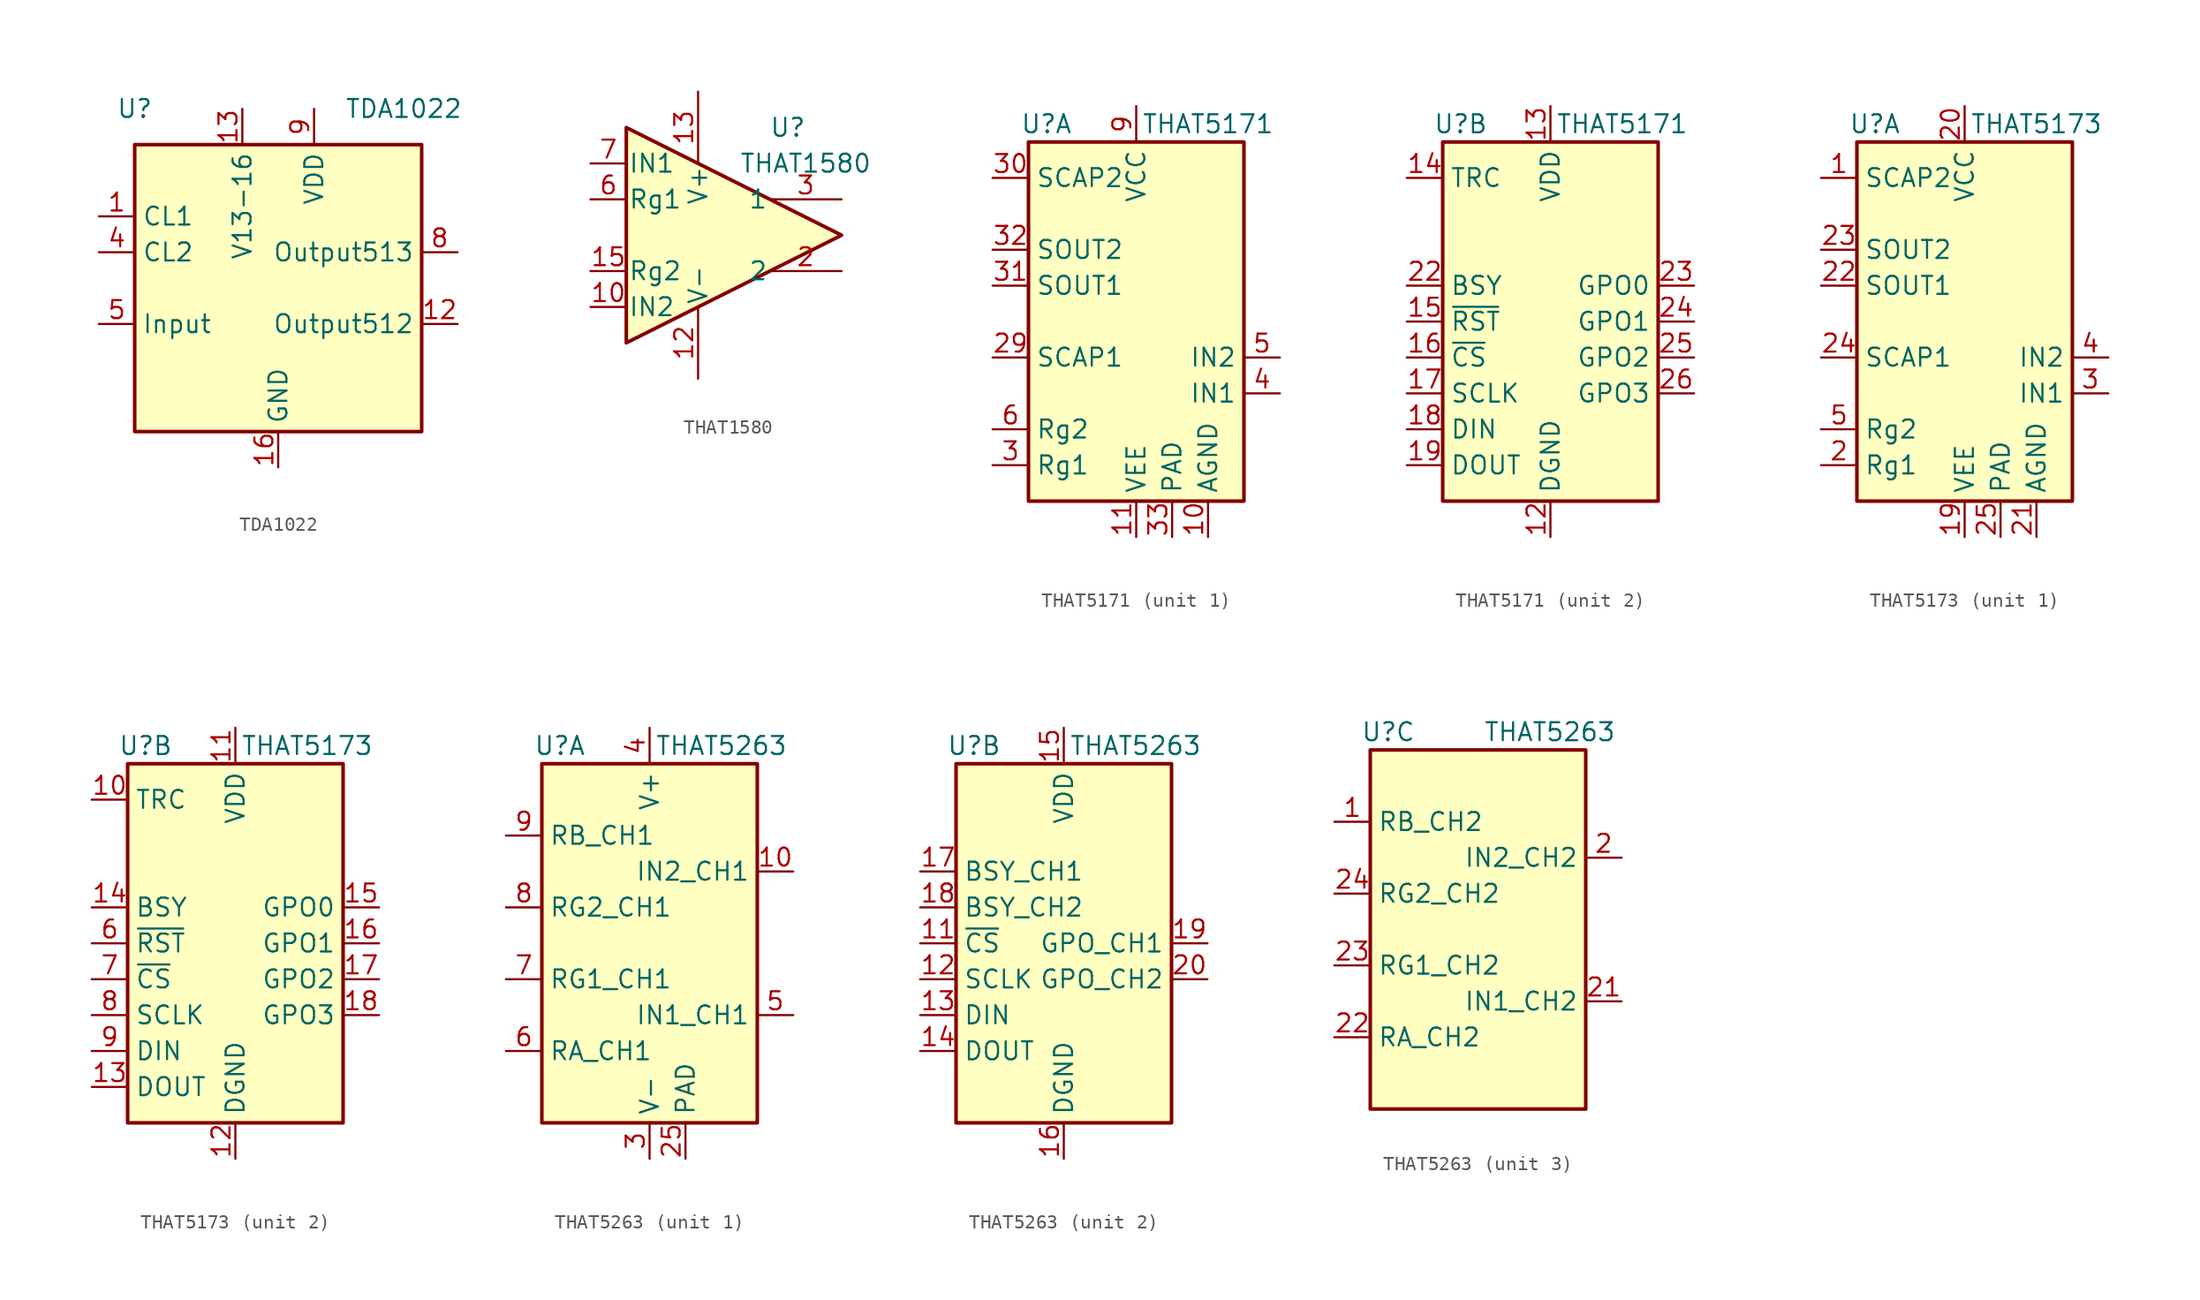
<source format=kicad_sym>
(kicad_symbol_lib
  (version 20241209)
  (generator "kicad_symbol_editor")
  (generator_version "9.0")
  (symbol "TDA1022"
    (property "Reference" "U"
      (at -10.16 12.7 0)
      (effects (font (size 1.27 1.27))))
    (property "Value" "TDA1022"
      (at 8.89 12.7 0)
      (effects (font (size 1.27 1.27))))
    (symbol "TDA1022_0_1"
      (rectangle (start -10.16 10.16) (end 10.16 -10.16) (stroke (width 0.254) (type default)) (fill (type background))))
    (symbol "TDA1022_1_1"
      (pin input line (at -12.7 5.08 0) (length 2.54) (name "CL1" (effects (font (size 1.27 1.27)))) (number "1" (effects (font (size 1.27 1.27)))))
      (pin input line (at -12.7 2.54 0) (length 2.54) (name "CL2" (effects (font (size 1.27 1.27)))) (number "4" (effects (font (size 1.27 1.27)))))
      (pin input line (at -12.7 -2.54 0) (length 2.54) (name "Input" (effects (font (size 1.27 1.27)))) (number "5" (effects (font (size 1.27 1.27)))))
      (pin no_connect line (at -10.16 -5.08 0) (length 2.54) (hide yes) (name "NC" (effects (font (size 1.27 1.27)))) (number "2" (effects (font (size 1.27 1.27)))))
      (pin no_connect line (at -10.16 -7.62 0) (length 2.54) (hide yes) (name "NC" (effects (font (size 1.27 1.27)))) (number "3" (effects (font (size 1.27 1.27)))))
      (pin no_connect line (at -5.08 -10.16 90) (length 2.54) (hide yes) (name "NC" (effects (font (size 1.27 1.27)))) (number "6" (effects (font (size 1.27 1.27)))))
      (pin power_in line (at -2.54 12.7 270) (length 2.54) (name "V13-16" (effects (font (size 1.27 1.27)))) (number "13" (effects (font (size 1.27 1.27)))))
      (pin no_connect line (at -2.54 -10.16 90) (length 2.54) (hide yes) (name "NC" (effects (font (size 1.27 1.27)))) (number "7" (effects (font (size 1.27 1.27)))))
      (pin power_in line (at 0 -12.7 90) (length 2.54) (name "GND" (effects (font (size 1.27 1.27)))) (number "16" (effects (font (size 1.27 1.27)))))
      (pin power_in line (at 2.54 12.7 270) (length 2.54) (name "VDD" (effects (font (size 1.27 1.27)))) (number "9" (effects (font (size 1.27 1.27)))))
      (pin no_connect line (at 2.54 -10.16 90) (length 2.54) (hide yes) (name "NC" (effects (font (size 1.27 1.27)))) (number "10" (effects (font (size 1.27 1.27)))))
      (pin no_connect line (at 5.08 -10.16 90) (length 2.54) (hide yes) (name "NC" (effects (font (size 1.27 1.27)))) (number "11" (effects (font (size 1.27 1.27)))))
      (pin no_connect line (at 10.16 -5.08 180) (length 2.54) (hide yes) (name "NC" (effects (font (size 1.27 1.27)))) (number "14" (effects (font (size 1.27 1.27)))))
      (pin no_connect line (at 10.16 -7.62 180) (length 2.54) (hide yes) (name "NC" (effects (font (size 1.27 1.27)))) (number "15" (effects (font (size 1.27 1.27)))))
      (pin output line (at 12.7 2.54 180) (length 2.54) (name "Output513" (effects (font (size 1.27 1.27)))) (number "8" (effects (font (size 1.27 1.27)))))
      (pin output line (at 12.7 -2.54 180) (length 2.54) (name "Output512" (effects (font (size 1.27 1.27)))) (number "12" (effects (font (size 1.27 1.27)))))))
  (symbol "THAT1580"
    (pin_names
      (offset 0.127))
    (property "Reference" "U"
      (at 3.81 7.62 0)
      (effects (font (size 1.27 1.27))))
    (property "Value" "THAT1580"
      (at 5.08 5.08 0)
      (effects (font (size 1.27 1.27))))
    (symbol "THAT1580_0_1"
      (polyline (pts (xy -7.62 7.62) (xy -7.62 -7.62) (xy 7.62 0) (xy -7.62 7.62)) (stroke (width 0.254) (type default)) (fill (type background))))
    (symbol "THAT1580_1_1"
      (pin input line (at -10.16 5.08 0) (length 2.54) (name "IN1" (effects (font (size 1.27 1.27)))) (number "7" (effects (font (size 1.27 1.27)))))
      (pin passive line (at -10.16 2.54 0) (length 2.54) (name "Rg1" (effects (font (size 1.27 1.27)))) (number "6" (effects (font (size 1.27 1.27)))))
      (pin passive line (at -10.16 -2.54 0) (length 2.54) (name "Rg2" (effects (font (size 1.27 1.27)))) (number "15" (effects (font (size 1.27 1.27)))))
      (pin input line (at -10.16 -5.08 0) (length 2.54) (name "IN2" (effects (font (size 1.27 1.27)))) (number "10" (effects (font (size 1.27 1.27)))))
      (pin power_in line (at -2.54 10.16 270) (length 5.08) (name "V+" (effects (font (size 1.27 1.27)))) (number "13" (effects (font (size 1.27 1.27)))))
      (pin power_in line (at -2.54 -10.16 90) (length 5.08) (name "V-" (effects (font (size 1.27 1.27)))) (number "12" (effects (font (size 1.27 1.27)))))
      (pin passive line (at -2.54 -10.16 90) (length 5.08) (hide yes) (name "V-" (effects (font (size 1.27 1.27)))) (number "17" (effects (font (size 1.27 1.27)))))
      (pin output line (at 7.62 2.54 180) (length 5.08) (name "1" (effects (font (size 1.27 1.27)))) (number "3" (effects (font (size 1.27 1.27)))))
      (pin output line (at 7.62 -2.54 180) (length 5.08) (name "2" (effects (font (size 1.27 1.27)))) (number "2" (effects (font (size 1.27 1.27)))))))
  (symbol "THAT5171"
    (property "Reference" "U"
      (at -6.35 13.97 0)
      (effects (font (size 1.27 1.27))))
    (property "Value" "THAT5171"
      (at 5.08 13.97 0)
      (effects (font (size 1.27 1.27))))
    (property "ki_locked" ""
      (at 0 0 0)
      (effects (font (size 1.27 1.27))))
    (symbol "THAT5171_0_1"
      (rectangle (start -7.62 12.7) (end 7.62 -12.7) (stroke (width 0.254) (type default)) (fill (type background))))
    (symbol "THAT5171_1_1"
      (pin passive line (at -10.16 10.16 0) (length 2.54) (name "SCAP2" (effects (font (size 1.27 1.27)))) (number "30" (effects (font (size 1.27 1.27)))))
      (pin output line (at -10.16 5.08 0) (length 2.54) (name "SOUT2" (effects (font (size 1.27 1.27)))) (number "32" (effects (font (size 1.27 1.27)))))
      (pin output line (at -10.16 2.54 0) (length 2.54) (name "SOUT1" (effects (font (size 1.27 1.27)))) (number "31" (effects (font (size 1.27 1.27)))))
      (pin passive line (at -10.16 -2.54 0) (length 2.54) (name "SCAP1" (effects (font (size 1.27 1.27)))) (number "29" (effects (font (size 1.27 1.27)))))
      (pin passive line (at -10.16 -7.62 0) (length 2.54) (name "Rg2" (effects (font (size 1.27 1.27)))) (number "6" (effects (font (size 1.27 1.27)))))
      (pin passive line (at -10.16 -10.16 0) (length 2.54) (name "Rg1" (effects (font (size 1.27 1.27)))) (number "3" (effects (font (size 1.27 1.27)))))
      (pin power_in line (at 0 15.24 270) (length 2.54) (name "VCC" (effects (font (size 1.27 1.27)))) (number "9" (effects (font (size 1.27 1.27)))))
      (pin power_in line (at 0 -15.24 90) (length 2.54) (name "VEE" (effects (font (size 1.27 1.27)))) (number "11" (effects (font (size 1.27 1.27)))))
      (pin passive line (at 2.54 -15.24 90) (length 2.54) (name "PAD" (effects (font (size 1.27 1.27)))) (number "33" (effects (font (size 1.27 1.27)))))
      (pin power_in line (at 5.08 -15.24 90) (length 2.54) (name "AGND" (effects (font (size 1.27 1.27)))) (number "10" (effects (font (size 1.27 1.27)))))
      (pin passive line (at 5.08 -15.24 90) (length 2.54) (hide yes) (name "AGND" (effects (font (size 1.27 1.27)))) (number "28" (effects (font (size 1.27 1.27)))))
      (pin no_connect line (at 7.62 10.16 180) (length 2.54) (hide yes) (name "NC" (effects (font (size 1.27 1.27)))) (number "1" (effects (font (size 1.27 1.27)))))
      (pin no_connect line (at 7.62 7.62 180) (length 2.54) (hide yes) (name "NC" (effects (font (size 1.27 1.27)))) (number "2" (effects (font (size 1.27 1.27)))))
      (pin no_connect line (at 7.62 5.08 180) (length 2.54) (hide yes) (name "NC" (effects (font (size 1.27 1.27)))) (number "7" (effects (font (size 1.27 1.27)))))
      (pin no_connect line (at 7.62 2.54 180) (length 2.54) (hide yes) (name "NC" (effects (font (size 1.27 1.27)))) (number "8" (effects (font (size 1.27 1.27)))))
      (pin no_connect line (at 7.62 0 180) (length 2.54) (hide yes) (name "NC" (effects (font (size 1.27 1.27)))) (number "27" (effects (font (size 1.27 1.27)))))
      (pin input line (at 10.16 -2.54 180) (length 2.54) (name "IN2" (effects (font (size 1.27 1.27)))) (number "5" (effects (font (size 1.27 1.27)))))
      (pin input line (at 10.16 -5.08 180) (length 2.54) (name "IN1" (effects (font (size 1.27 1.27)))) (number "4" (effects (font (size 1.27 1.27))))))
    (symbol "THAT5171_2_1"
      (pin passive line (at -10.16 10.16 0) (length 2.54) (name "TRC" (effects (font (size 1.27 1.27)))) (number "14" (effects (font (size 1.27 1.27)))))
      (pin output line (at -10.16 2.54 0) (length 2.54) (name "BSY" (effects (font (size 1.27 1.27)))) (number "22" (effects (font (size 1.27 1.27)))))
      (pin input line (at -10.16 0 0) (length 2.54) (name "~{RST}" (effects (font (size 1.27 1.27)))) (number "15" (effects (font (size 1.27 1.27)))))
      (pin input line (at -10.16 -2.54 0) (length 2.54) (name "~{CS}" (effects (font (size 1.27 1.27)))) (number "16" (effects (font (size 1.27 1.27)))))
      (pin input line (at -10.16 -5.08 0) (length 2.54) (name "SCLK" (effects (font (size 1.27 1.27)))) (number "17" (effects (font (size 1.27 1.27)))))
      (pin input line (at -10.16 -7.62 0) (length 2.54) (name "DIN" (effects (font (size 1.27 1.27)))) (number "18" (effects (font (size 1.27 1.27)))))
      (pin tri_state line (at -10.16 -10.16 0) (length 2.54) (name "DOUT" (effects (font (size 1.27 1.27)))) (number "19" (effects (font (size 1.27 1.27)))))
      (pin power_in line (at 0 15.24 270) (length 2.54) (name "VDD" (effects (font (size 1.27 1.27)))) (number "13" (effects (font (size 1.27 1.27)))))
      (pin passive line (at 0 15.24 270) (length 2.54) (hide yes) (name "VDD" (effects (font (size 1.27 1.27)))) (number "21" (effects (font (size 1.27 1.27)))))
      (pin power_in line (at 0 -15.24 90) (length 2.54) (name "DGND" (effects (font (size 1.27 1.27)))) (number "12" (effects (font (size 1.27 1.27)))))
      (pin passive line (at 0 -15.24 90) (length 2.54) (hide yes) (name "DGND" (effects (font (size 1.27 1.27)))) (number "20" (effects (font (size 1.27 1.27)))))
      (pin bidirectional line (at 10.16 2.54 180) (length 2.54) (name "GPO0" (effects (font (size 1.27 1.27)))) (number "23" (effects (font (size 1.27 1.27)))))
      (pin bidirectional line (at 10.16 0 180) (length 2.54) (name "GPO1" (effects (font (size 1.27 1.27)))) (number "24" (effects (font (size 1.27 1.27)))))
      (pin bidirectional line (at 10.16 -2.54 180) (length 2.54) (name "GPO2" (effects (font (size 1.27 1.27)))) (number "25" (effects (font (size 1.27 1.27)))))
      (pin bidirectional line (at 10.16 -5.08 180) (length 2.54) (name "GPO3" (effects (font (size 1.27 1.27)))) (number "26" (effects (font (size 1.27 1.27)))))))
  (symbol "THAT5173"
    (property "Reference" "U"
      (at -6.35 13.97 0)
      (effects (font (size 1.27 1.27))))
    (property "Value" "THAT5173"
      (at 5.08 13.97 0)
      (effects (font (size 1.27 1.27))))
    (property "ki_locked" ""
      (at 0 0 0)
      (effects (font (size 1.27 1.27))))
    (symbol "THAT5173_0_1"
      (rectangle (start -7.62 12.7) (end 7.62 -12.7) (stroke (width 0.254) (type default)) (fill (type background))))
    (symbol "THAT5173_1_1"
      (pin passive line (at -10.16 10.16 0) (length 2.54) (name "SCAP2" (effects (font (size 1.27 1.27)))) (number "1" (effects (font (size 1.27 1.27)))))
      (pin output line (at -10.16 5.08 0) (length 2.54) (name "SOUT2" (effects (font (size 1.27 1.27)))) (number "23" (effects (font (size 1.27 1.27)))))
      (pin output line (at -10.16 2.54 0) (length 2.54) (name "SOUT1" (effects (font (size 1.27 1.27)))) (number "22" (effects (font (size 1.27 1.27)))))
      (pin passive line (at -10.16 -2.54 0) (length 2.54) (name "SCAP1" (effects (font (size 1.27 1.27)))) (number "24" (effects (font (size 1.27 1.27)))))
      (pin passive line (at -10.16 -7.62 0) (length 2.54) (name "Rg2" (effects (font (size 1.27 1.27)))) (number "5" (effects (font (size 1.27 1.27)))))
      (pin passive line (at -10.16 -10.16 0) (length 2.54) (name "Rg1" (effects (font (size 1.27 1.27)))) (number "2" (effects (font (size 1.27 1.27)))))
      (pin power_in line (at 0 15.24 270) (length 2.54) (name "VCC" (effects (font (size 1.27 1.27)))) (number "20" (effects (font (size 1.27 1.27)))))
      (pin power_in line (at 0 -15.24 90) (length 2.54) (name "VEE" (effects (font (size 1.27 1.27)))) (number "19" (effects (font (size 1.27 1.27)))))
      (pin passive line (at 2.54 -15.24 90) (length 2.54) (name "PAD" (effects (font (size 1.27 1.27)))) (number "25" (effects (font (size 1.27 1.27)))))
      (pin power_in line (at 5.08 -15.24 90) (length 2.54) (name "AGND" (effects (font (size 1.27 1.27)))) (number "21" (effects (font (size 1.27 1.27)))))
      (pin input line (at 10.16 -2.54 180) (length 2.54) (name "IN2" (effects (font (size 1.27 1.27)))) (number "4" (effects (font (size 1.27 1.27)))))
      (pin input line (at 10.16 -5.08 180) (length 2.54) (name "IN1" (effects (font (size 1.27 1.27)))) (number "3" (effects (font (size 1.27 1.27))))))
    (symbol "THAT5173_2_1"
      (pin passive line (at -10.16 10.16 0) (length 2.54) (name "TRC" (effects (font (size 1.27 1.27)))) (number "10" (effects (font (size 1.27 1.27)))))
      (pin output line (at -10.16 2.54 0) (length 2.54) (name "BSY" (effects (font (size 1.27 1.27)))) (number "14" (effects (font (size 1.27 1.27)))))
      (pin input line (at -10.16 0 0) (length 2.54) (name "~{RST}" (effects (font (size 1.27 1.27)))) (number "6" (effects (font (size 1.27 1.27)))))
      (pin input line (at -10.16 -2.54 0) (length 2.54) (name "~{CS}" (effects (font (size 1.27 1.27)))) (number "7" (effects (font (size 1.27 1.27)))))
      (pin input line (at -10.16 -5.08 0) (length 2.54) (name "SCLK" (effects (font (size 1.27 1.27)))) (number "8" (effects (font (size 1.27 1.27)))))
      (pin input line (at -10.16 -7.62 0) (length 2.54) (name "DIN" (effects (font (size 1.27 1.27)))) (number "9" (effects (font (size 1.27 1.27)))))
      (pin tri_state line (at -10.16 -10.16 0) (length 2.54) (name "DOUT" (effects (font (size 1.27 1.27)))) (number "13" (effects (font (size 1.27 1.27)))))
      (pin power_in line (at 0 15.24 270) (length 2.54) (name "VDD" (effects (font (size 1.27 1.27)))) (number "11" (effects (font (size 1.27 1.27)))))
      (pin power_in line (at 0 -15.24 90) (length 2.54) (name "DGND" (effects (font (size 1.27 1.27)))) (number "12" (effects (font (size 1.27 1.27)))))
      (pin output line (at 10.16 2.54 180) (length 2.54) (name "GPO0" (effects (font (size 1.27 1.27)))) (number "15" (effects (font (size 1.27 1.27)))))
      (pin output line (at 10.16 0 180) (length 2.54) (name "GPO1" (effects (font (size 1.27 1.27)))) (number "16" (effects (font (size 1.27 1.27)))))
      (pin output line (at 10.16 -2.54 180) (length 2.54) (name "GPO2" (effects (font (size 1.27 1.27)))) (number "17" (effects (font (size 1.27 1.27)))))
      (pin output line (at 10.16 -5.08 180) (length 2.54) (name "GPO3" (effects (font (size 1.27 1.27)))) (number "18" (effects (font (size 1.27 1.27)))))))
  (symbol "THAT5263"
    (property "Reference" "U"
      (at -6.35 13.97 0)
      (effects (font (size 1.27 1.27))))
    (property "Value" "THAT5263"
      (at 5.08 13.97 0)
      (effects (font (size 1.27 1.27))))
    (property "ki_locked" ""
      (at 0 0 0)
      (effects (font (size 1.27 1.27))))
    (symbol "THAT5263_0_1"
      (rectangle (start -7.62 12.7) (end 7.62 -12.7) (stroke (width 0.254) (type default)) (fill (type background))))
    (symbol "THAT5263_1_1"
      (pin passive line (at -10.16 7.62 0) (length 2.54) (name "RB_CH1" (effects (font (size 1.27 1.27)))) (number "9" (effects (font (size 1.27 1.27)))))
      (pin passive line (at -10.16 2.54 0) (length 2.54) (name "RG2_CH1" (effects (font (size 1.27 1.27)))) (number "8" (effects (font (size 1.27 1.27)))))
      (pin passive line (at -10.16 -2.54 0) (length 2.54) (name "RG1_CH1" (effects (font (size 1.27 1.27)))) (number "7" (effects (font (size 1.27 1.27)))))
      (pin passive line (at -10.16 -7.62 0) (length 2.54) (name "RA_CH1" (effects (font (size 1.27 1.27)))) (number "6" (effects (font (size 1.27 1.27)))))
      (pin power_in line (at 0 15.24 270) (length 2.54) (name "V+" (effects (font (size 1.27 1.27)))) (number "4" (effects (font (size 1.27 1.27)))))
      (pin power_in line (at 0 -15.24 90) (length 2.54) (name "V-" (effects (font (size 1.27 1.27)))) (number "3" (effects (font (size 1.27 1.27)))))
      (pin passive line (at 2.54 -15.24 90) (length 2.54) (name "PAD" (effects (font (size 1.27 1.27)))) (number "25" (effects (font (size 1.27 1.27)))))
      (pin input line (at 10.16 5.08 180) (length 2.54) (name "IN2_CH1" (effects (font (size 1.27 1.27)))) (number "10" (effects (font (size 1.27 1.27)))))
      (pin input line (at 10.16 -5.08 180) (length 2.54) (name "IN1_CH1" (effects (font (size 1.27 1.27)))) (number "5" (effects (font (size 1.27 1.27))))))
    (symbol "THAT5263_2_1"
      (pin output line (at -10.16 5.08 0) (length 2.54) (name "BSY_CH1" (effects (font (size 1.27 1.27)))) (number "17" (effects (font (size 1.27 1.27)))))
      (pin output line (at -10.16 2.54 0) (length 2.54) (name "BSY_CH2" (effects (font (size 1.27 1.27)))) (number "18" (effects (font (size 1.27 1.27)))))
      (pin input line (at -10.16 0 0) (length 2.54) (name "~{CS}" (effects (font (size 1.27 1.27)))) (number "11" (effects (font (size 1.27 1.27)))))
      (pin input line (at -10.16 -2.54 0) (length 2.54) (name "SCLK" (effects (font (size 1.27 1.27)))) (number "12" (effects (font (size 1.27 1.27)))))
      (pin input line (at -10.16 -5.08 0) (length 2.54) (name "DIN" (effects (font (size 1.27 1.27)))) (number "13" (effects (font (size 1.27 1.27)))))
      (pin tri_state line (at -10.16 -7.62 0) (length 2.54) (name "DOUT" (effects (font (size 1.27 1.27)))) (number "14" (effects (font (size 1.27 1.27)))))
      (pin power_in line (at 0 15.24 270) (length 2.54) (name "VDD" (effects (font (size 1.27 1.27)))) (number "15" (effects (font (size 1.27 1.27)))))
      (pin power_in line (at 0 -15.24 90) (length 2.54) (name "DGND" (effects (font (size 1.27 1.27)))) (number "16" (effects (font (size 1.27 1.27)))))
      (pin output line (at 10.16 0 180) (length 2.54) (name "GPO_CH1" (effects (font (size 1.27 1.27)))) (number "19" (effects (font (size 1.27 1.27)))))
      (pin output line (at 10.16 -2.54 180) (length 2.54) (name "GPO_CH2" (effects (font (size 1.27 1.27)))) (number "20" (effects (font (size 1.27 1.27))))))
    (symbol "THAT5263_3_1"
      (pin passive line (at -10.16 7.62 0) (length 2.54) (name "RB_CH2" (effects (font (size 1.27 1.27)))) (number "1" (effects (font (size 1.27 1.27)))))
      (pin passive line (at -10.16 2.54 0) (length 2.54) (name "RG2_CH2" (effects (font (size 1.27 1.27)))) (number "24" (effects (font (size 1.27 1.27)))))
      (pin passive line (at -10.16 -2.54 0) (length 2.54) (name "RG1_CH2" (effects (font (size 1.27 1.27)))) (number "23" (effects (font (size 1.27 1.27)))))
      (pin passive line (at -10.16 -7.62 0) (length 2.54) (name "RA_CH2" (effects (font (size 1.27 1.27)))) (number "22" (effects (font (size 1.27 1.27)))))
      (pin input line (at 10.16 5.08 180) (length 2.54) (name "IN2_CH2" (effects (font (size 1.27 1.27)))) (number "2" (effects (font (size 1.27 1.27)))))
      (pin input line (at 10.16 -5.08 180) (length 2.54) (name "IN1_CH2" (effects (font (size 1.27 1.27)))) (number "21" (effects (font (size 1.27 1.27))))))))
</source>
